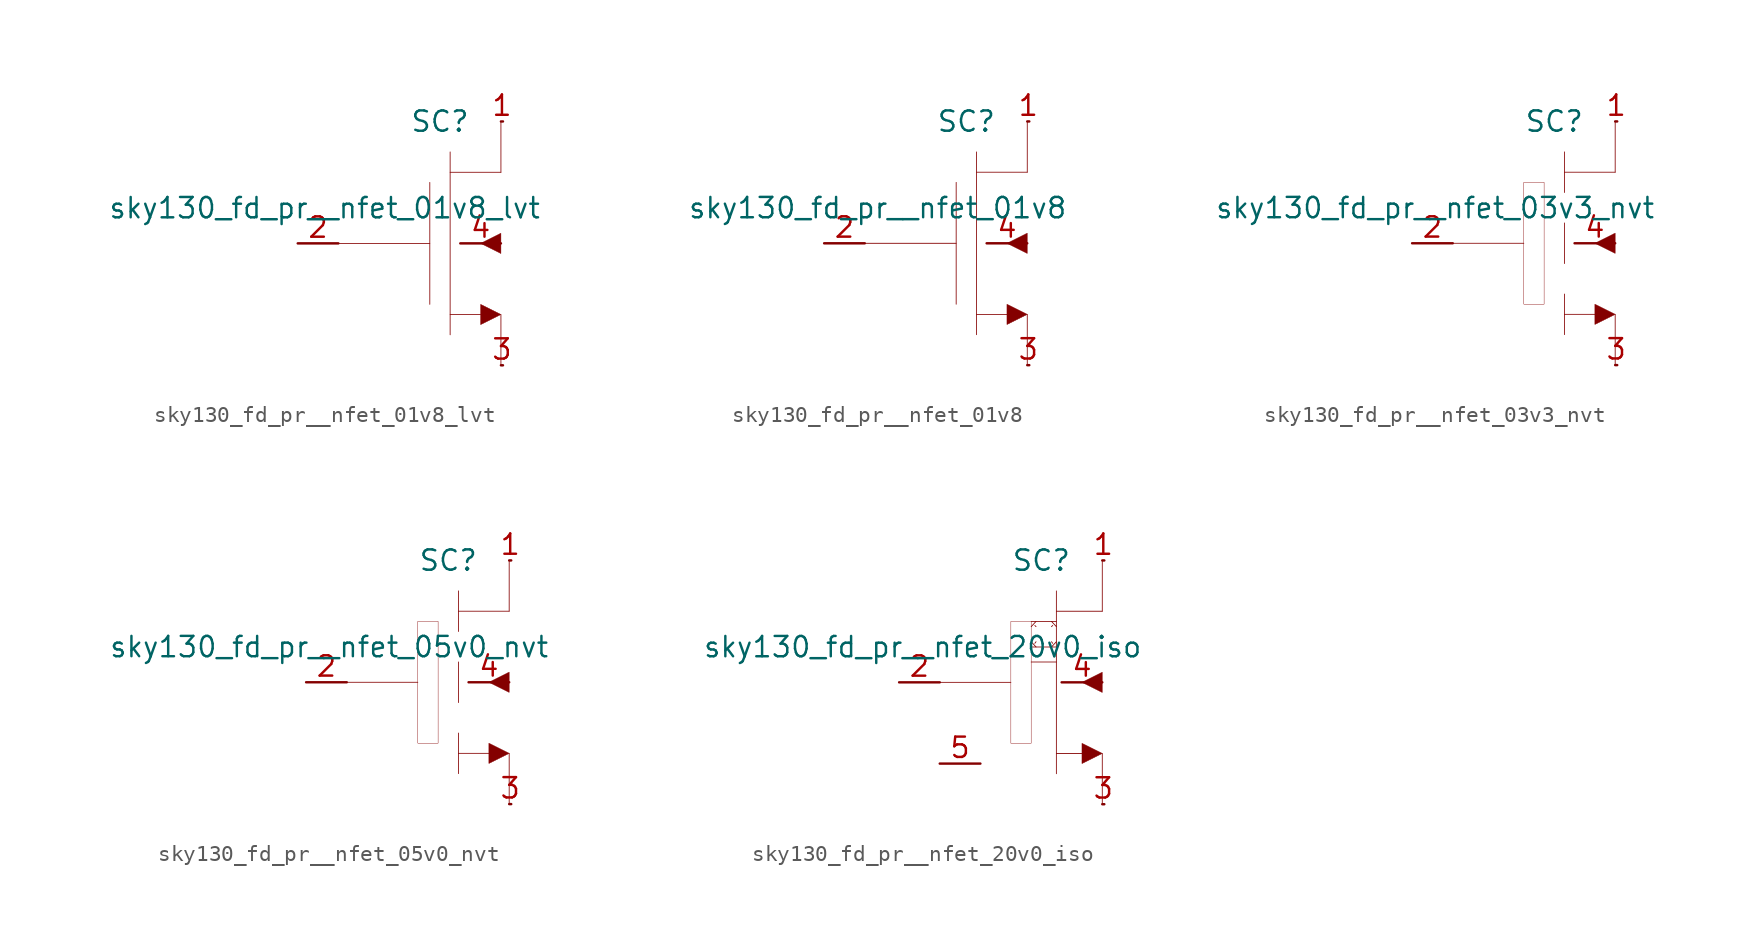
<source format=kicad_sym>
(kicad_symbol_lib
  (version 20211014)
  (generator kicad_symbol_editor)
  (symbol "sky130_fd_pr__nfet_01v8_lvt"
    (pin_names hide)
    (property "Reference" "SC"
      (at 1.27 7.62 0)
      (effects (font (size 1.27 1.27))))
    (property "Value" "sky130_fd_pr__nfet_01v8_lvt"
      (at 7.62 2.21 0)
      (effects (font (size 1.27 1.27)) (justify right)))
    (symbol "sky130_fd_pr__nfet_01v8_lvt_0_0"
      (polyline (pts (xy -5.08 0) (xy 0.635 0)) (stroke (width 0.051) (type default) (color 0 0 0 0)) (fill (type none)))
      (polyline (pts (xy 0.635 3.81) (xy 0.635 -3.81)) (stroke (width 0.051) (type default) (color 0 0 0 0)) (fill (type none)))
      (polyline (pts (xy 1.905 -4.445) (xy 3.81 -4.445)) (stroke (width 0.051) (type default) (color 0 0 0 0)) (fill (type none)))
      (polyline (pts (xy 1.905 4.445) (xy 5.08 4.445)) (stroke (width 0.051) (type default) (color 0 0 0 0)) (fill (type none)))
      (polyline (pts (xy 1.905 5.715) (xy 1.905 -5.715)) (stroke (width 0.051) (type default) (color 0 0 0 0)) (fill (type none)))
      (polyline (pts (xy 5.08 -4.445) (xy 5.08 -7.62)) (stroke (width 0.051) (type default) (color 0 0 0 0)) (fill (type none)))
      (polyline (pts (xy 5.08 7.62) (xy 5.08 4.445)) (stroke (width 0.051) (type default) (color 0 0 0 0)) (fill (type none)))
      (polyline (pts (xy 3.81 -3.81) (xy 5.08 -4.445) (xy 3.81 -5.08) (xy 3.81 -3.81)) (stroke (width 0.025) (type default) (color 0 0 0 0)) (fill (type outline)))
      (polyline (pts (xy 5.08 0.635) (xy 3.81 0) (xy 5.08 -0.635) (xy 5.08 0.635)) (stroke (width 0.025) (type default) (color 0 0 0 0)) (fill (type outline))))
    (symbol "sky130_fd_pr__nfet_01v8_lvt_1_1"
      (pin bidirectional line (at 5.08 7.62 0) (length 0.127) (name "D" (effects (font (size 1.092 1.092)))) (number "1" (effects (font (size 1.27 1.27)))))
      (pin input line (at -7.62 0 0) (length 2.54) (name "G" (effects (font (size 1.092 1.092)))) (number "2" (effects (font (size 1.27 1.27)))))
      (pin bidirectional line (at 5.08 -7.62 0) (length 0.127) (name "S" (effects (font (size 1.092 1.092)))) (number "3" (effects (font (size 1.27 1.27)))))
      (pin input line (at 2.54 0 0) (length 2.54) (name "B" (effects (font (size 1.092 1.092)))) (number "4" (effects (font (size 1.27 1.27)))))))
  (symbol "sky130_fd_pr__nfet_01v8"
    (pin_names hide)
    (property "Reference" "SC"
      (at 1.27 7.62 0)
      (effects (font (size 1.27 1.27))))
    (property "Value" "sky130_fd_pr__nfet_01v8"
      (at 7.62 2.21 0)
      (effects (font (size 1.27 1.27)) (justify right)))
    (symbol "sky130_fd_pr__nfet_01v8_0_0"
      (polyline (pts (xy -5.08 0) (xy 0.635 0)) (stroke (width 0.051) (type default) (color 0 0 0 0)) (fill (type none)))
      (polyline (pts (xy 0.635 3.81) (xy 0.635 -3.81)) (stroke (width 0.051) (type default) (color 0 0 0 0)) (fill (type none)))
      (polyline (pts (xy 1.905 -4.445) (xy 3.81 -4.445)) (stroke (width 0.051) (type default) (color 0 0 0 0)) (fill (type none)))
      (polyline (pts (xy 1.905 4.445) (xy 5.08 4.445)) (stroke (width 0.051) (type default) (color 0 0 0 0)) (fill (type none)))
      (polyline (pts (xy 1.905 5.715) (xy 1.905 -5.715)) (stroke (width 0.051) (type default) (color 0 0 0 0)) (fill (type none)))
      (polyline (pts (xy 5.08 -4.445) (xy 5.08 -7.62)) (stroke (width 0.051) (type default) (color 0 0 0 0)) (fill (type none)))
      (polyline (pts (xy 5.08 7.62) (xy 5.08 4.445)) (stroke (width 0.051) (type default) (color 0 0 0 0)) (fill (type none)))
      (polyline (pts (xy 3.81 -3.81) (xy 5.08 -4.445) (xy 3.81 -5.08) (xy 3.81 -3.81)) (stroke (width 0.025) (type default) (color 0 0 0 0)) (fill (type outline)))
      (polyline (pts (xy 5.08 0.635) (xy 3.81 0) (xy 5.08 -0.635) (xy 5.08 0.635)) (stroke (width 0.025) (type default) (color 0 0 0 0)) (fill (type outline))))
    (symbol "sky130_fd_pr__nfet_01v8_1_1"
      (pin bidirectional line (at 5.08 7.62 0) (length 0.127) (name "D" (effects (font (size 1.092 1.092)))) (number "1" (effects (font (size 1.27 1.27)))))
      (pin input line (at -7.62 0 0) (length 2.54) (name "G" (effects (font (size 1.092 1.092)))) (number "2" (effects (font (size 1.27 1.27)))))
      (pin bidirectional line (at 5.08 -7.62 0) (length 0.127) (name "S" (effects (font (size 1.092 1.092)))) (number "3" (effects (font (size 1.27 1.27)))))
      (pin input line (at 2.54 0 0) (length 2.54) (name "B" (effects (font (size 1.092 1.092)))) (number "4" (effects (font (size 1.27 1.27)))))))
  (symbol "sky130_fd_pr__nfet_03v3_nvt"
    (pin_names hide)
    (property "Reference" "SC"
      (at 1.27 7.62 0)
      (effects (font (size 1.27 1.27))))
    (property "Value" "sky130_fd_pr__nfet_03v3_nvt"
      (at 7.62 2.21 0)
      (effects (font (size 1.27 1.27)) (justify right)))
    (symbol "sky130_fd_pr__nfet_03v3_nvt_0_0"
      (polyline (pts (xy -5.08 0) (xy -0.635 0)) (stroke (width 0.051) (type default) (color 0 0 0 0)) (fill (type none)))
      (polyline (pts (xy 1.905 -4.445) (xy 3.81 -4.445)) (stroke (width 0.051) (type default) (color 0 0 0 0)) (fill (type none)))
      (polyline (pts (xy 1.905 -3.175) (xy 1.905 -5.715)) (stroke (width 0.051) (type default) (color 0 0 0 0)) (fill (type none)))
      (polyline (pts (xy 1.905 1.27) (xy 1.905 -1.27)) (stroke (width 0.051) (type default) (color 0 0 0 0)) (fill (type none)))
      (polyline (pts (xy 1.905 4.445) (xy 5.08 4.445)) (stroke (width 0.051) (type default) (color 0 0 0 0)) (fill (type none)))
      (polyline (pts (xy 1.905 5.715) (xy 1.905 3.175)) (stroke (width 0.051) (type default) (color 0 0 0 0)) (fill (type none)))
      (polyline (pts (xy 5.08 -4.445) (xy 5.08 -7.62)) (stroke (width 0.051) (type default) (color 0 0 0 0)) (fill (type none)))
      (polyline (pts (xy 5.08 7.62) (xy 5.08 4.445)) (stroke (width 0.051) (type default) (color 0 0 0 0)) (fill (type none)))
      (polyline (pts (xy 3.81 -3.81) (xy 5.08 -4.445) (xy 3.81 -5.08) (xy 3.81 -3.81)) (stroke (width 0.025) (type default) (color 0 0 0 0)) (fill (type outline)))
      (polyline (pts (xy 5.08 0.635) (xy 3.81 0) (xy 5.08 -0.635) (xy 5.08 0.635)) (stroke (width 0.025) (type default) (color 0 0 0 0)) (fill (type outline)))
      (polyline (pts (xy -0.635 -3.81) (xy -0.635 3.81) (xy 0.635 3.81) (xy 0.635 -3.81) (xy -0.635 -3.81)) (stroke (width 0.025) (type default) (color 0 0 0 0)) (fill (type none))))
    (symbol "sky130_fd_pr__nfet_03v3_nvt_1_1"
      (pin bidirectional line (at 5.08 7.62 0) (length 0.127) (name "D" (effects (font (size 1.092 1.092)))) (number "1" (effects (font (size 1.27 1.27)))))
      (pin input line (at -7.62 0 0) (length 2.54) (name "G" (effects (font (size 1.092 1.092)))) (number "2" (effects (font (size 1.27 1.27)))))
      (pin bidirectional line (at 5.08 -7.62 0) (length 0.127) (name "S" (effects (font (size 1.092 1.092)))) (number "3" (effects (font (size 1.27 1.27)))))
      (pin input line (at 2.54 0 0) (length 2.54) (name "B" (effects (font (size 1.092 1.092)))) (number "4" (effects (font (size 1.27 1.27)))))))
  (symbol "sky130_fd_pr__nfet_05v0_nvt"
    (pin_names hide)
    (property "Reference" "SC"
      (at 1.27 7.62 0)
      (effects (font (size 1.27 1.27))))
    (property "Value" "sky130_fd_pr__nfet_05v0_nvt"
      (at 7.62 2.21 0)
      (effects (font (size 1.27 1.27)) (justify right)))
    (symbol "sky130_fd_pr__nfet_05v0_nvt_0_0"
      (polyline (pts (xy -5.08 0) (xy -0.635 0)) (stroke (width 0.051) (type default) (color 0 0 0 0)) (fill (type none)))
      (polyline (pts (xy 1.905 -4.445) (xy 3.81 -4.445)) (stroke (width 0.051) (type default) (color 0 0 0 0)) (fill (type none)))
      (polyline (pts (xy 1.905 -3.175) (xy 1.905 -5.715)) (stroke (width 0.051) (type default) (color 0 0 0 0)) (fill (type none)))
      (polyline (pts (xy 1.905 1.27) (xy 1.905 -1.27)) (stroke (width 0.051) (type default) (color 0 0 0 0)) (fill (type none)))
      (polyline (pts (xy 1.905 4.445) (xy 5.08 4.445)) (stroke (width 0.051) (type default) (color 0 0 0 0)) (fill (type none)))
      (polyline (pts (xy 1.905 5.715) (xy 1.905 3.175)) (stroke (width 0.051) (type default) (color 0 0 0 0)) (fill (type none)))
      (polyline (pts (xy 5.08 -4.445) (xy 5.08 -7.62)) (stroke (width 0.051) (type default) (color 0 0 0 0)) (fill (type none)))
      (polyline (pts (xy 5.08 7.62) (xy 5.08 4.445)) (stroke (width 0.051) (type default) (color 0 0 0 0)) (fill (type none)))
      (polyline (pts (xy 3.81 -3.81) (xy 5.08 -4.445) (xy 3.81 -5.08) (xy 3.81 -3.81)) (stroke (width 0.025) (type default) (color 0 0 0 0)) (fill (type outline)))
      (polyline (pts (xy 5.08 0.635) (xy 3.81 0) (xy 5.08 -0.635) (xy 5.08 0.635)) (stroke (width 0.025) (type default) (color 0 0 0 0)) (fill (type outline)))
      (polyline (pts (xy -0.635 -3.81) (xy -0.635 3.81) (xy 0.635 3.81) (xy 0.635 -3.81) (xy -0.635 -3.81)) (stroke (width 0.025) (type default) (color 0 0 0 0)) (fill (type none))))
    (symbol "sky130_fd_pr__nfet_05v0_nvt_1_1"
      (pin bidirectional line (at 5.08 7.62 0) (length 0.127) (name "D" (effects (font (size 1.092 1.092)))) (number "1" (effects (font (size 1.27 1.27)))))
      (pin input line (at -7.62 0 0) (length 2.54) (name "G" (effects (font (size 1.092 1.092)))) (number "2" (effects (font (size 1.27 1.27)))))
      (pin bidirectional line (at 5.08 -7.62 0) (length 0.127) (name "S" (effects (font (size 1.092 1.092)))) (number "3" (effects (font (size 1.27 1.27)))))
      (pin input line (at 2.54 0 0) (length 2.54) (name "B" (effects (font (size 1.092 1.092)))) (number "4" (effects (font (size 1.27 1.27)))))))
  (symbol "sky130_fd_pr__nfet_20v0_iso"
    (pin_names hide)
    (property "Reference" "SC"
      (at 1.27 7.62 0)
      (effects (font (size 1.27 1.27))))
    (property "Value" "sky130_fd_pr__nfet_20v0_iso"
      (at 7.62 2.21 0)
      (effects (font (size 1.27 1.27)) (justify right)))
    (symbol "sky130_fd_pr__nfet_20v0_iso_0_0"
      (polyline (pts (xy -5.08 0) (xy -0.635 0)) (stroke (width 0.051) (type default) (color 0 0 0 0)) (fill (type none)))
      (polyline (pts (xy 0.635 1.27) (xy 2.21 1.27)) (stroke (width 0.051) (type default) (color 0 0 0 0)) (fill (type none)))
      (polyline (pts (xy 0.635 2.21) (xy 2.21 2.21)) (stroke (width 0.051) (type default) (color 0 0 0 0)) (fill (type none)))
      (polyline (pts (xy 0.635 2.54) (xy 0.94 2.21)) (stroke (width 0.051) (type default) (color 0 0 0 0)) (fill (type none)))
      (polyline (pts (xy 0.635 3.48) (xy 0.94 3.81)) (stroke (width 0.051) (type default) (color 0 0 0 0)) (fill (type none)))
      (polyline (pts (xy 0.635 3.81) (xy 2.21 3.81)) (stroke (width 0.051) (type default) (color 0 0 0 0)) (fill (type none)))
      (polyline (pts (xy 0.864 2.438) (xy 0.94 2.54)) (stroke (width 0.051) (type default) (color 0 0 0 0)) (fill (type none)))
      (polyline (pts (xy 0.864 3.556) (xy 0.94 3.48)) (stroke (width 0.051) (type default) (color 0 0 0 0)) (fill (type none)))
      (polyline (pts (xy 1.905 2.21) (xy 2.21 2.54)) (stroke (width 0.051) (type default) (color 0 0 0 0)) (fill (type none)))
      (polyline (pts (xy 1.905 2.54) (xy 1.981 2.438)) (stroke (width 0.051) (type default) (color 0 0 0 0)) (fill (type none)))
      (polyline (pts (xy 1.905 3.48) (xy 1.981 3.556)) (stroke (width 0.051) (type default) (color 0 0 0 0)) (fill (type none)))
      (polyline (pts (xy 1.905 3.81) (xy 2.21 3.48)) (stroke (width 0.051) (type default) (color 0 0 0 0)) (fill (type none)))
      (polyline (pts (xy 2.21 -4.445) (xy 3.81 -4.445)) (stroke (width 0.051) (type default) (color 0 0 0 0)) (fill (type none)))
      (polyline (pts (xy 2.21 4.445) (xy 5.08 4.445)) (stroke (width 0.051) (type default) (color 0 0 0 0)) (fill (type none)))
      (polyline (pts (xy 2.21 5.715) (xy 2.21 -5.715)) (stroke (width 0.051) (type default) (color 0 0 0 0)) (fill (type none)))
      (polyline (pts (xy 5.08 -4.445) (xy 5.08 -7.62)) (stroke (width 0.051) (type default) (color 0 0 0 0)) (fill (type none)))
      (polyline (pts (xy 5.08 7.62) (xy 5.08 4.445)) (stroke (width 0.051) (type default) (color 0 0 0 0)) (fill (type none)))
      (polyline (pts (xy 3.81 -3.81) (xy 5.08 -4.445) (xy 3.81 -5.08) (xy 3.81 -3.81)) (stroke (width 0.025) (type default) (color 0 0 0 0)) (fill (type outline)))
      (polyline (pts (xy 5.08 0.635) (xy 3.81 0) (xy 5.08 -0.635) (xy 5.08 0.635)) (stroke (width 0.025) (type default) (color 0 0 0 0)) (fill (type outline)))
      (polyline (pts (xy -0.635 -3.81) (xy -0.635 3.81) (xy 0.635 3.81) (xy 0.635 -3.81) (xy -0.635 -3.81)) (stroke (width 0.025) (type default) (color 0 0 0 0)) (fill (type none))))
    (symbol "sky130_fd_pr__nfet_20v0_iso_1_1"
      (pin bidirectional line (at 5.08 7.62 0) (length 0.127) (name "S" (effects (font (size 1.092 1.092)))) (number "1" (effects (font (size 1.27 1.27)))))
      (pin input line (at -7.62 0 0) (length 2.54) (name "G" (effects (font (size 1.092 1.092)))) (number "2" (effects (font (size 1.27 1.27)))))
      (pin bidirectional line (at 5.08 -7.62 0) (length 0.127) (name "S" (effects (font (size 1.092 1.092)))) (number "3" (effects (font (size 1.27 1.27)))))
      (pin input line (at 2.54 0 0) (length 2.54) (name "B" (effects (font (size 1.092 1.092)))) (number "4" (effects (font (size 1.27 1.27)))))
      (pin input line (at -5.08 -5.08 0) (length 2.54) (name "sub" (effects (font (size 1.092 1.092)))) (number "5" (effects (font (size 1.27 1.27))))))))
</source>
